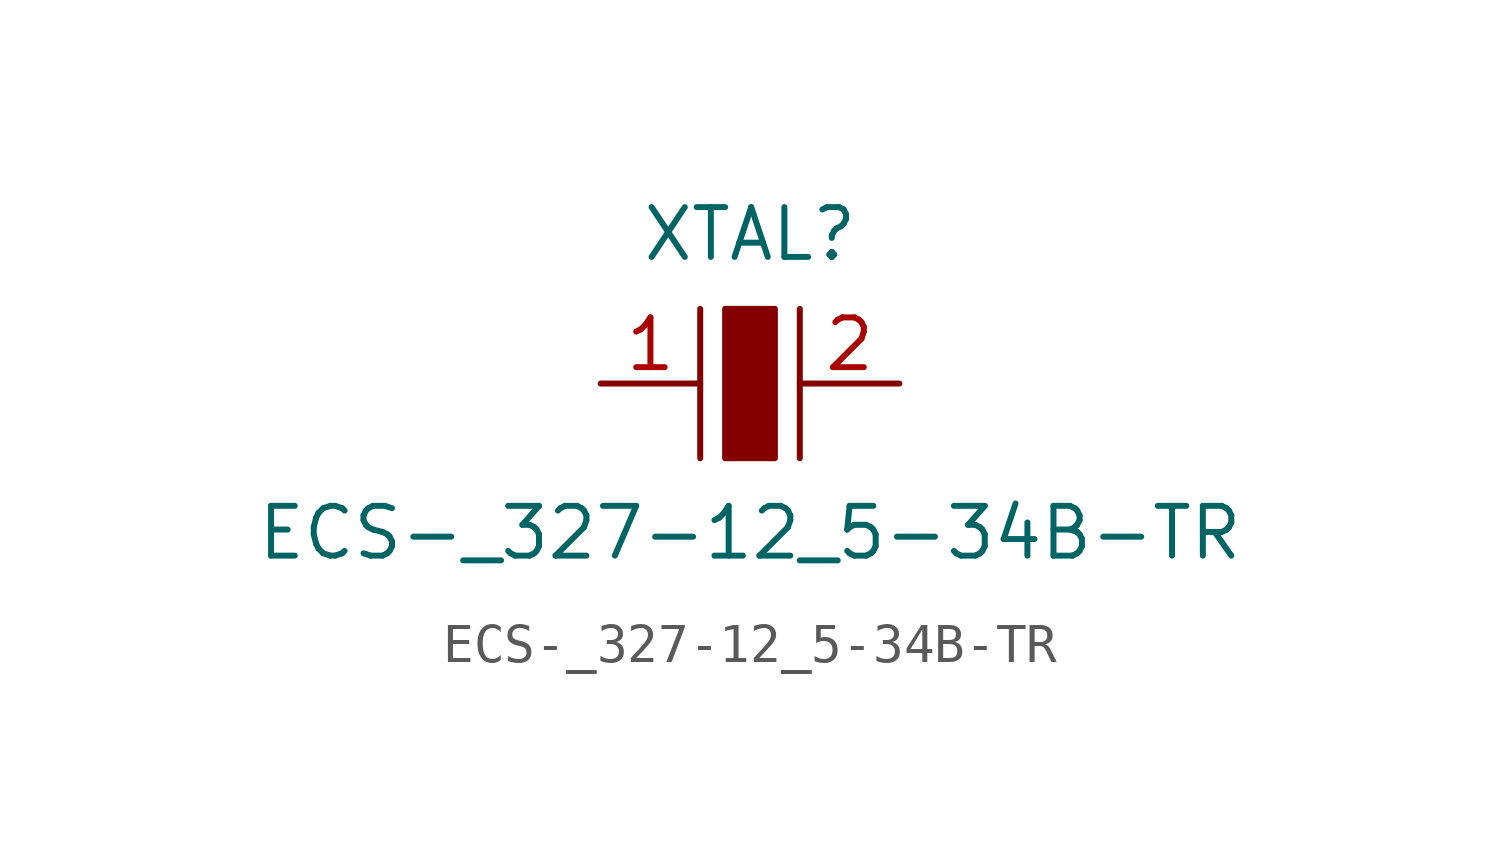
<source format=kicad_sym>
(kicad_symbol_lib
  (version 20201005)
  (generator kicad_symbol_editor)
  (symbol "ECS-_327-12_5-34B-TR"
    (pin_names
      (offset 1.016))
    (property "Reference" "XTAL"
      (at 0 3.81 0)
      (effects (font (size 1.27 1.27))))
    (property "Value" "ECS-_327-12_5-34B-TR"
      (at 0 -3.81 0)
      (effects (font (size 1.27 1.27))))
    (symbol "ECS-_327-12_5-34B-TR_1_1"
      (rectangle (start -0.635 1.905) (end 0.635 -1.905) (stroke (width 0)) (fill (type outline)))
      (polyline (pts (xy -1.27 1.905) (xy -1.27 -1.905)) (stroke (width 0)) (fill (type none)))
      (polyline (pts (xy 1.27 1.905) (xy 1.27 -1.905)) (stroke (width 0)) (fill (type none)))
      (pin bidirectional line (at -3.81 0 0) (length 2.54) (name "~" (effects (font (size 1.27 1.27)))) (number "1" (effects (font (size 1.27 1.27)))))
      (pin bidirectional line (at 3.81 0 180) (length 2.54) (name "~" (effects (font (size 1.27 1.27)))) (number "2" (effects (font (size 1.27 1.27))))))))
</source>
